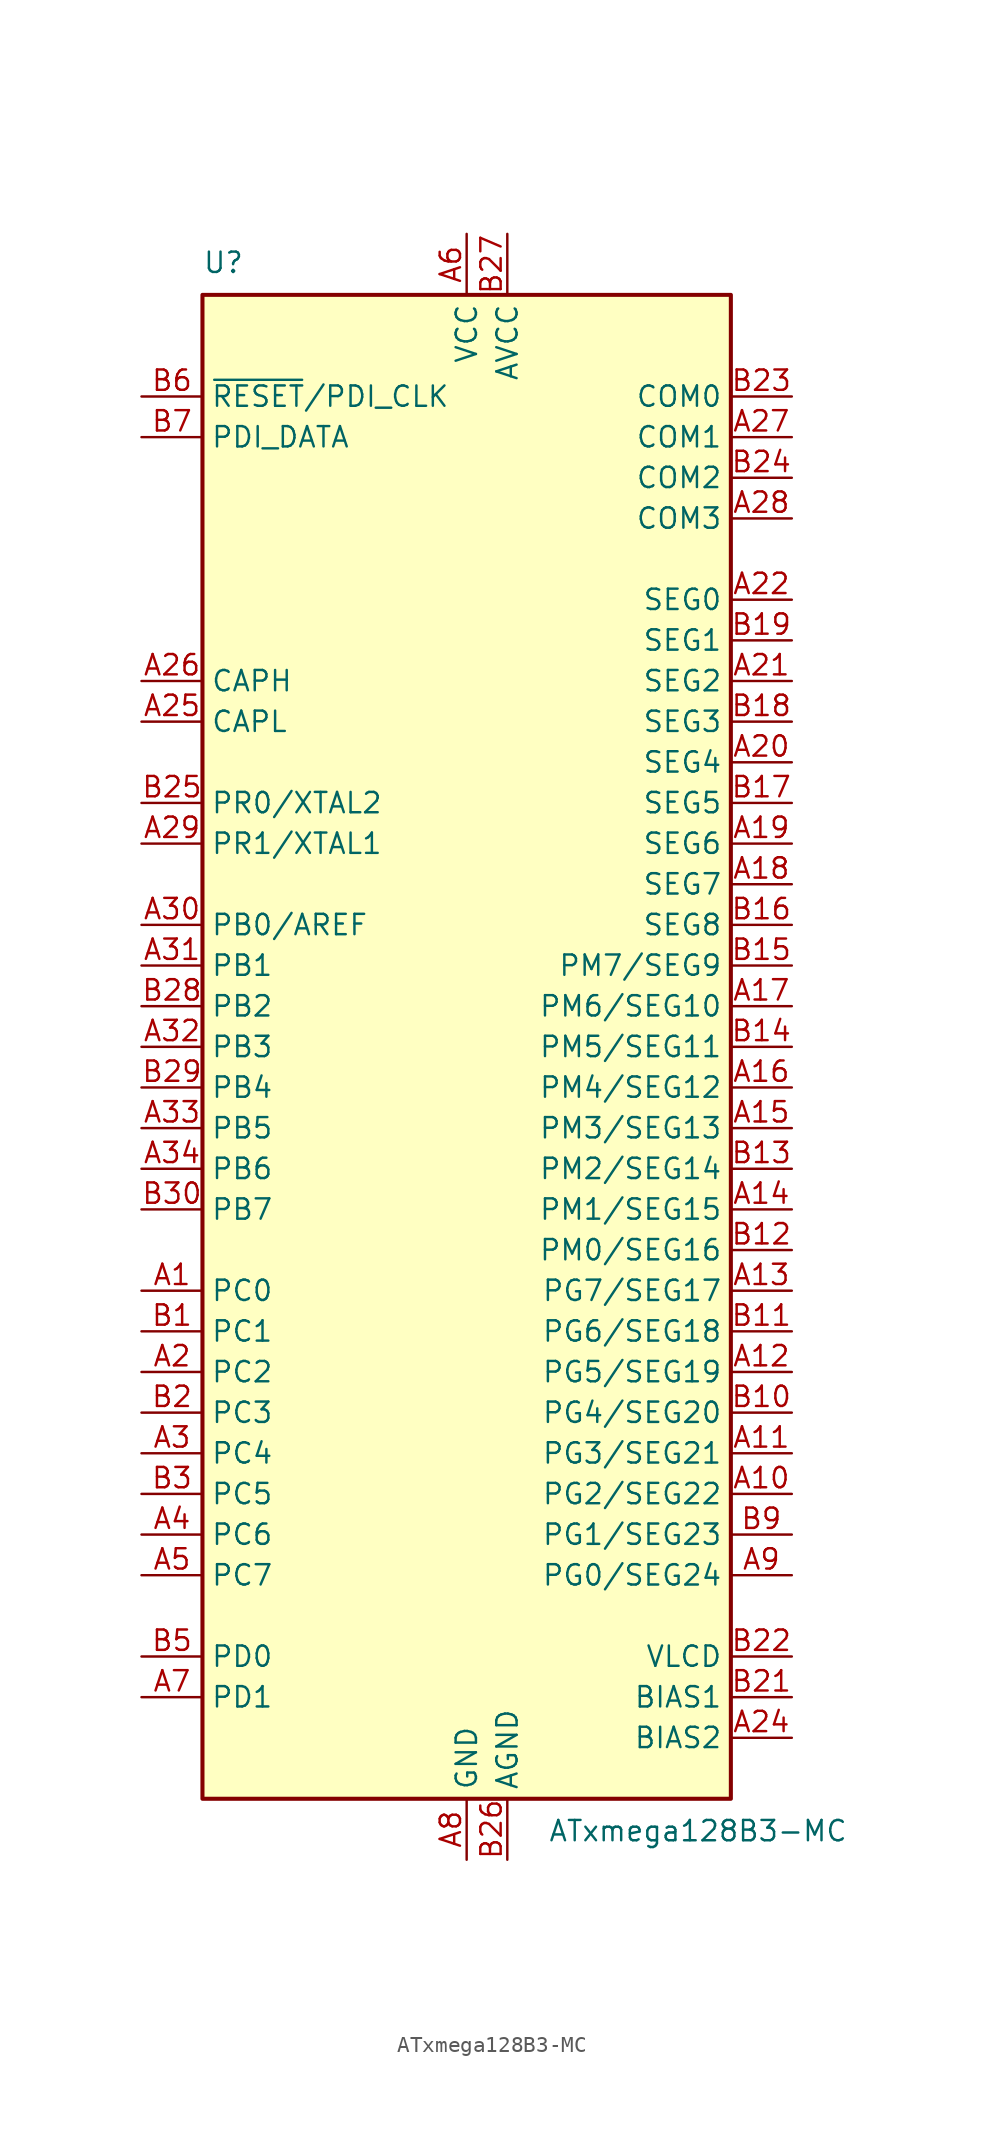
<source format=kicad_sym>
(kicad_symbol_lib
  (version 20211014)
  (generator kicad_symbol_editor)
  (symbol "ATxmega128B3-MC"
    (property "Reference" "U"
      (at -16.51 48.26 0)
      (effects (font (size 1.27 1.27)) (justify left bottom)))
    (property "Value" "ATxmega128B3-MC"
      (at 5.08 -48.26 0)
      (effects (font (size 1.27 1.27)) (justify left top)))
    (symbol "ATxmega128B3-MC_0_1"
      (rectangle (start -16.51 -46.99) (end 16.51 46.99) (stroke (width 0.254) (type default) (color 0 0 0 0)) (fill (type background))))
    (symbol "ATxmega128B3-MC_1_1"
      (pin bidirectional line (at -20.32 -15.24 0) (length 3.81) (name "PC0" (effects (font (size 1.27 1.27)))) (number "A1" (effects (font (size 1.27 1.27)))))
      (pin bidirectional line (at 20.32 -27.94 180) (length 3.81) (name "PG2/SEG22" (effects (font (size 1.27 1.27)))) (number "A10" (effects (font (size 1.27 1.27)))))
      (pin bidirectional line (at 20.32 -25.4 180) (length 3.81) (name "PG3/SEG21" (effects (font (size 1.27 1.27)))) (number "A11" (effects (font (size 1.27 1.27)))))
      (pin bidirectional line (at 20.32 -20.32 180) (length 3.81) (name "PG5/SEG19" (effects (font (size 1.27 1.27)))) (number "A12" (effects (font (size 1.27 1.27)))))
      (pin bidirectional line (at 20.32 -15.24 180) (length 3.81) (name "PG7/SEG17" (effects (font (size 1.27 1.27)))) (number "A13" (effects (font (size 1.27 1.27)))))
      (pin bidirectional line (at 20.32 -10.16 180) (length 3.81) (name "PM1/SEG15" (effects (font (size 1.27 1.27)))) (number "A14" (effects (font (size 1.27 1.27)))))
      (pin bidirectional line (at 20.32 -5.08 180) (length 3.81) (name "PM3/SEG13" (effects (font (size 1.27 1.27)))) (number "A15" (effects (font (size 1.27 1.27)))))
      (pin bidirectional line (at 20.32 -2.54 180) (length 3.81) (name "PM4/SEG12" (effects (font (size 1.27 1.27)))) (number "A16" (effects (font (size 1.27 1.27)))))
      (pin bidirectional line (at 20.32 2.54 180) (length 3.81) (name "PM6/SEG10" (effects (font (size 1.27 1.27)))) (number "A17" (effects (font (size 1.27 1.27)))))
      (pin output line (at 20.32 10.16 180) (length 3.81) (name "SEG7" (effects (font (size 1.27 1.27)))) (number "A18" (effects (font (size 1.27 1.27)))))
      (pin output line (at 20.32 12.7 180) (length 3.81) (name "SEG6" (effects (font (size 1.27 1.27)))) (number "A19" (effects (font (size 1.27 1.27)))))
      (pin bidirectional line (at -20.32 -20.32 0) (length 3.81) (name "PC2" (effects (font (size 1.27 1.27)))) (number "A2" (effects (font (size 1.27 1.27)))))
      (pin output line (at 20.32 17.78 180) (length 3.81) (name "SEG4" (effects (font (size 1.27 1.27)))) (number "A20" (effects (font (size 1.27 1.27)))))
      (pin output line (at 20.32 22.86 180) (length 3.81) (name "SEG2" (effects (font (size 1.27 1.27)))) (number "A21" (effects (font (size 1.27 1.27)))))
      (pin output line (at 20.32 27.94 180) (length 3.81) (name "SEG0" (effects (font (size 1.27 1.27)))) (number "A22" (effects (font (size 1.27 1.27)))))
      (pin passive line (at 0 50.8 270) (length 3.81) hide (name "VCC" (effects (font (size 1.27 1.27)))) (number "A23" (effects (font (size 1.27 1.27)))))
      (pin power_out line (at 20.32 -43.18 180) (length 3.81) (name "BIAS2" (effects (font (size 1.27 1.27)))) (number "A24" (effects (font (size 1.27 1.27)))))
      (pin passive line (at -20.32 20.32 0) (length 3.81) (name "CAPL" (effects (font (size 1.27 1.27)))) (number "A25" (effects (font (size 1.27 1.27)))))
      (pin passive line (at -20.32 22.86 0) (length 3.81) (name "CAPH" (effects (font (size 1.27 1.27)))) (number "A26" (effects (font (size 1.27 1.27)))))
      (pin output line (at 20.32 38.1 180) (length 3.81) (name "COM1" (effects (font (size 1.27 1.27)))) (number "A27" (effects (font (size 1.27 1.27)))))
      (pin output line (at 20.32 33.02 180) (length 3.81) (name "COM3" (effects (font (size 1.27 1.27)))) (number "A28" (effects (font (size 1.27 1.27)))))
      (pin bidirectional line (at -20.32 12.7 0) (length 3.81) (name "PR1/XTAL1" (effects (font (size 1.27 1.27)))) (number "A29" (effects (font (size 1.27 1.27)))))
      (pin bidirectional line (at -20.32 -25.4 0) (length 3.81) (name "PC4" (effects (font (size 1.27 1.27)))) (number "A3" (effects (font (size 1.27 1.27)))))
      (pin bidirectional line (at -20.32 7.62 0) (length 3.81) (name "PB0/AREF" (effects (font (size 1.27 1.27)))) (number "A30" (effects (font (size 1.27 1.27)))))
      (pin bidirectional line (at -20.32 5.08 0) (length 3.81) (name "PB1" (effects (font (size 1.27 1.27)))) (number "A31" (effects (font (size 1.27 1.27)))))
      (pin bidirectional line (at -20.32 0 0) (length 3.81) (name "PB3" (effects (font (size 1.27 1.27)))) (number "A32" (effects (font (size 1.27 1.27)))))
      (pin bidirectional line (at -20.32 -5.08 0) (length 3.81) (name "PB5" (effects (font (size 1.27 1.27)))) (number "A33" (effects (font (size 1.27 1.27)))))
      (pin bidirectional line (at -20.32 -7.62 0) (length 3.81) (name "PB6" (effects (font (size 1.27 1.27)))) (number "A34" (effects (font (size 1.27 1.27)))))
      (pin bidirectional line (at -20.32 -30.48 0) (length 3.81) (name "PC6" (effects (font (size 1.27 1.27)))) (number "A4" (effects (font (size 1.27 1.27)))))
      (pin bidirectional line (at -20.32 -33.02 0) (length 3.81) (name "PC7" (effects (font (size 1.27 1.27)))) (number "A5" (effects (font (size 1.27 1.27)))))
      (pin power_in line (at 0 50.8 270) (length 3.81) (name "VCC" (effects (font (size 1.27 1.27)))) (number "A6" (effects (font (size 1.27 1.27)))))
      (pin bidirectional line (at -20.32 -40.64 0) (length 3.81) (name "PD1" (effects (font (size 1.27 1.27)))) (number "A7" (effects (font (size 1.27 1.27)))))
      (pin power_in line (at 0 -50.8 90) (length 3.81) (name "GND" (effects (font (size 1.27 1.27)))) (number "A8" (effects (font (size 1.27 1.27)))))
      (pin bidirectional line (at 20.32 -33.02 180) (length 3.81) (name "PG0/SEG24" (effects (font (size 1.27 1.27)))) (number "A9" (effects (font (size 1.27 1.27)))))
      (pin bidirectional line (at -20.32 -17.78 0) (length 3.81) (name "PC1" (effects (font (size 1.27 1.27)))) (number "B1" (effects (font (size 1.27 1.27)))))
      (pin bidirectional line (at 20.32 -22.86 180) (length 3.81) (name "PG4/SEG20" (effects (font (size 1.27 1.27)))) (number "B10" (effects (font (size 1.27 1.27)))))
      (pin bidirectional line (at 20.32 -17.78 180) (length 3.81) (name "PG6/SEG18" (effects (font (size 1.27 1.27)))) (number "B11" (effects (font (size 1.27 1.27)))))
      (pin bidirectional line (at 20.32 -12.7 180) (length 3.81) (name "PM0/SEG16" (effects (font (size 1.27 1.27)))) (number "B12" (effects (font (size 1.27 1.27)))))
      (pin bidirectional line (at 20.32 -7.62 180) (length 3.81) (name "PM2/SEG14" (effects (font (size 1.27 1.27)))) (number "B13" (effects (font (size 1.27 1.27)))))
      (pin bidirectional line (at 20.32 0 180) (length 3.81) (name "PM5/SEG11" (effects (font (size 1.27 1.27)))) (number "B14" (effects (font (size 1.27 1.27)))))
      (pin bidirectional line (at 20.32 5.08 180) (length 3.81) (name "PM7/SEG9" (effects (font (size 1.27 1.27)))) (number "B15" (effects (font (size 1.27 1.27)))))
      (pin output line (at 20.32 7.62 180) (length 3.81) (name "SEG8" (effects (font (size 1.27 1.27)))) (number "B16" (effects (font (size 1.27 1.27)))))
      (pin output line (at 20.32 15.24 180) (length 3.81) (name "SEG5" (effects (font (size 1.27 1.27)))) (number "B17" (effects (font (size 1.27 1.27)))))
      (pin output line (at 20.32 20.32 180) (length 3.81) (name "SEG3" (effects (font (size 1.27 1.27)))) (number "B18" (effects (font (size 1.27 1.27)))))
      (pin output line (at 20.32 25.4 180) (length 3.81) (name "SEG1" (effects (font (size 1.27 1.27)))) (number "B19" (effects (font (size 1.27 1.27)))))
      (pin bidirectional line (at -20.32 -22.86 0) (length 3.81) (name "PC3" (effects (font (size 1.27 1.27)))) (number "B2" (effects (font (size 1.27 1.27)))))
      (pin passive line (at 0 -50.8 90) (length 3.81) hide (name "GND" (effects (font (size 1.27 1.27)))) (number "B20" (effects (font (size 1.27 1.27)))))
      (pin power_out line (at 20.32 -40.64 180) (length 3.81) (name "BIAS1" (effects (font (size 1.27 1.27)))) (number "B21" (effects (font (size 1.27 1.27)))))
      (pin power_out line (at 20.32 -38.1 180) (length 3.81) (name "VLCD" (effects (font (size 1.27 1.27)))) (number "B22" (effects (font (size 1.27 1.27)))))
      (pin output line (at 20.32 40.64 180) (length 3.81) (name "COM0" (effects (font (size 1.27 1.27)))) (number "B23" (effects (font (size 1.27 1.27)))))
      (pin output line (at 20.32 35.56 180) (length 3.81) (name "COM2" (effects (font (size 1.27 1.27)))) (number "B24" (effects (font (size 1.27 1.27)))))
      (pin bidirectional line (at -20.32 15.24 0) (length 3.81) (name "PR0/XTAL2" (effects (font (size 1.27 1.27)))) (number "B25" (effects (font (size 1.27 1.27)))))
      (pin power_in line (at 2.54 -50.8 90) (length 3.81) (name "AGND" (effects (font (size 1.27 1.27)))) (number "B26" (effects (font (size 1.27 1.27)))))
      (pin power_in line (at 2.54 50.8 270) (length 3.81) (name "AVCC" (effects (font (size 1.27 1.27)))) (number "B27" (effects (font (size 1.27 1.27)))))
      (pin bidirectional line (at -20.32 2.54 0) (length 3.81) (name "PB2" (effects (font (size 1.27 1.27)))) (number "B28" (effects (font (size 1.27 1.27)))))
      (pin bidirectional line (at -20.32 -2.54 0) (length 3.81) (name "PB4" (effects (font (size 1.27 1.27)))) (number "B29" (effects (font (size 1.27 1.27)))))
      (pin bidirectional line (at -20.32 -27.94 0) (length 3.81) (name "PC5" (effects (font (size 1.27 1.27)))) (number "B3" (effects (font (size 1.27 1.27)))))
      (pin bidirectional line (at -20.32 -10.16 0) (length 3.81) (name "PB7" (effects (font (size 1.27 1.27)))) (number "B30" (effects (font (size 1.27 1.27)))))
      (pin passive line (at 0 -50.8 90) (length 3.81) hide (name "GND" (effects (font (size 1.27 1.27)))) (number "B4" (effects (font (size 1.27 1.27)))))
      (pin bidirectional line (at -20.32 -38.1 0) (length 3.81) (name "PD0" (effects (font (size 1.27 1.27)))) (number "B5" (effects (font (size 1.27 1.27)))))
      (pin input line (at -20.32 40.64 0) (length 3.81) (name "~{RESET}/PDI_CLK" (effects (font (size 1.27 1.27)))) (number "B6" (effects (font (size 1.27 1.27)))))
      (pin bidirectional line (at -20.32 38.1 0) (length 3.81) (name "PDI_DATA" (effects (font (size 1.27 1.27)))) (number "B7" (effects (font (size 1.27 1.27)))))
      (pin passive line (at 0 50.8 270) (length 3.81) hide (name "VCC" (effects (font (size 1.27 1.27)))) (number "B8" (effects (font (size 1.27 1.27)))))
      (pin bidirectional line (at 20.32 -30.48 180) (length 3.81) (name "PG1/SEG23" (effects (font (size 1.27 1.27)))) (number "B9" (effects (font (size 1.27 1.27)))))
      (pin passive line (at 0 -50.8 90) (length 3.81) hide (name "GND" (effects (font (size 1.27 1.27)))) (number "EP" (effects (font (size 1.27 1.27))))))))
</source>
